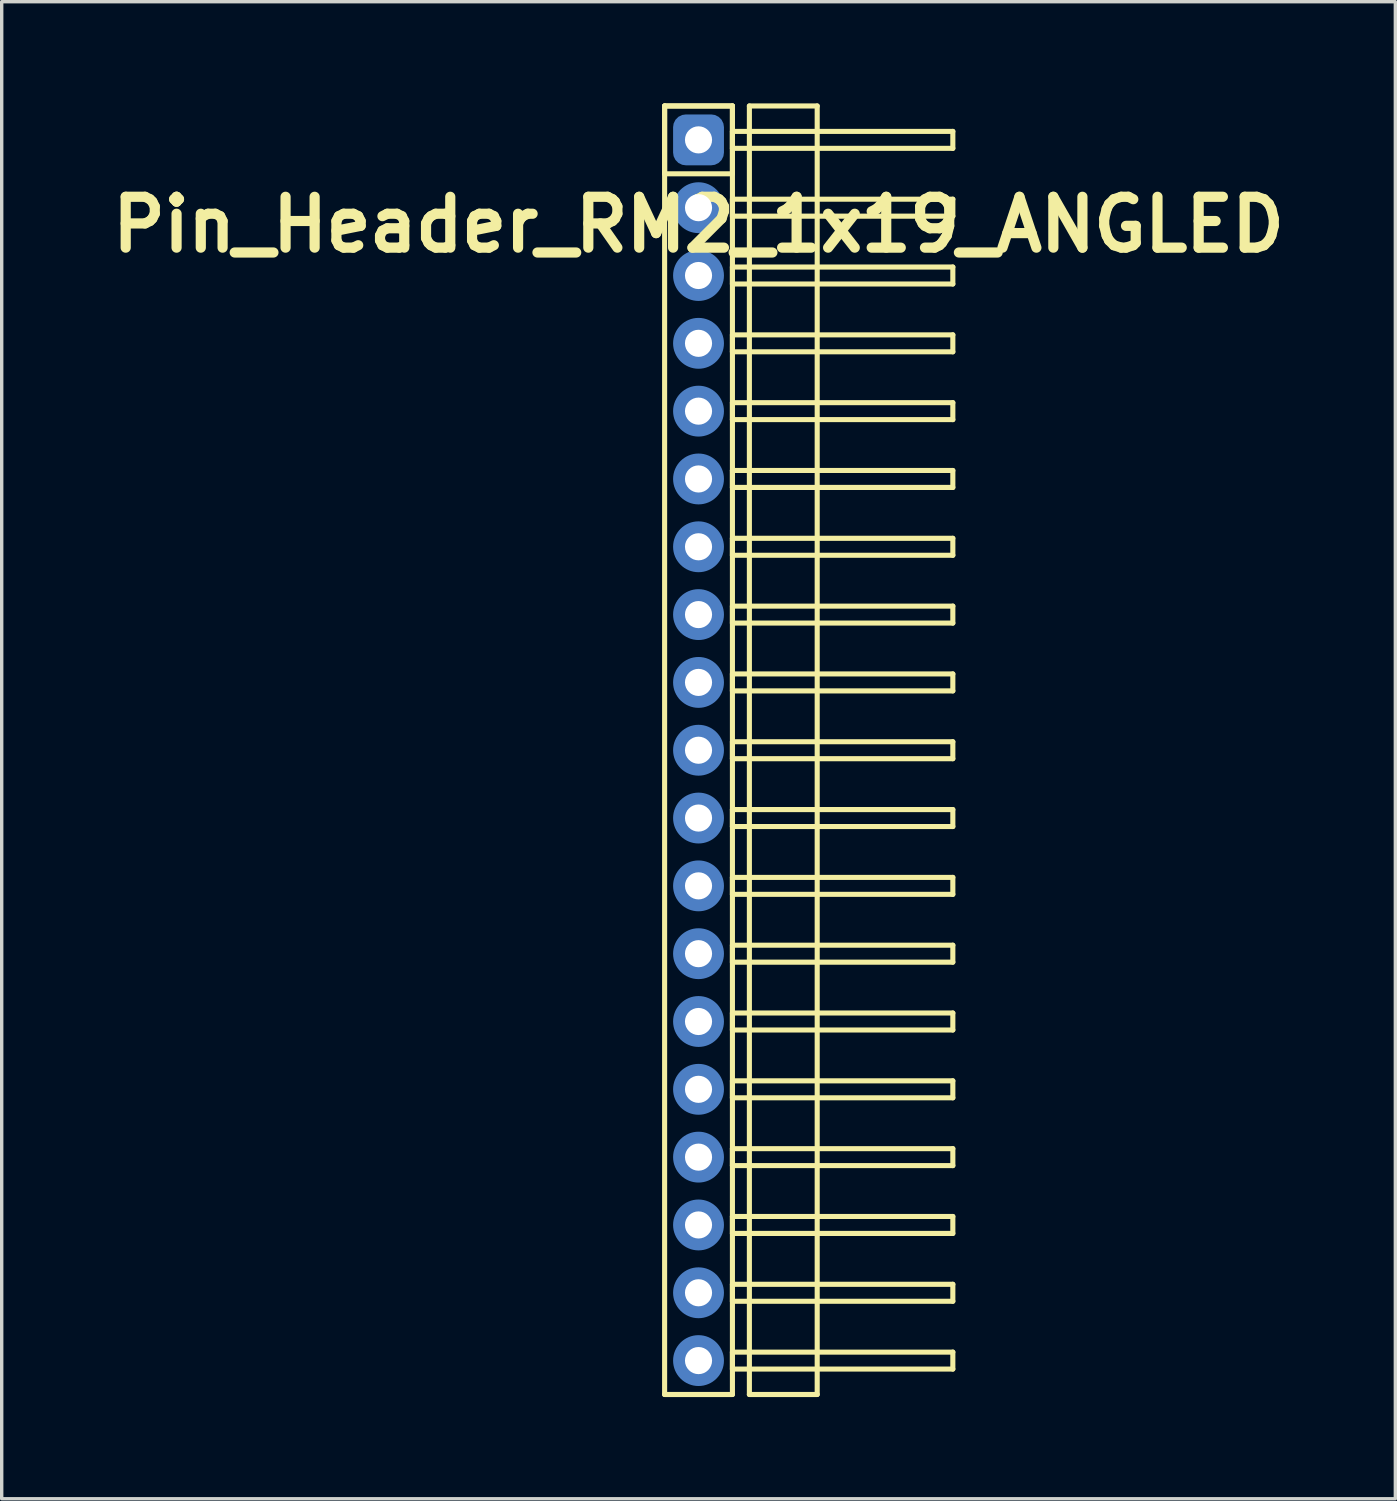
<source format=kicad_pcb>
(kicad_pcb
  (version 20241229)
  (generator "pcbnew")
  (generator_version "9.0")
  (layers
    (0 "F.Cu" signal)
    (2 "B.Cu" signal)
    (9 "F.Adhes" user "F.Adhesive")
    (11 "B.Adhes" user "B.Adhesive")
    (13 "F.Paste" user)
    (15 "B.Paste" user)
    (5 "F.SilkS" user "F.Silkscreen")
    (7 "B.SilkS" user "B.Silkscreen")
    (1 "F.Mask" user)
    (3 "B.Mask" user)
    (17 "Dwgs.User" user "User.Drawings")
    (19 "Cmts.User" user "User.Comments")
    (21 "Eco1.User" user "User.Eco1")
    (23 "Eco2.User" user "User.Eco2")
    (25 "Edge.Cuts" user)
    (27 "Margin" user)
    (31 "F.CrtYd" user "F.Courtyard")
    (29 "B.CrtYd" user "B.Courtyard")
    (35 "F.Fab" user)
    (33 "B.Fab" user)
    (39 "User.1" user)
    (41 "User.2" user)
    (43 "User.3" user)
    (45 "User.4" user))
  (footprint "Pin_Header_RM2_1x19_ANGLED"
    (layer "F.Cu")
    (at 17.55 1.075)
    (property "Reference" "Pin_Header_RM2_1x19_ANGLED" (at 0 2.5 0) (layer "F.SilkS") (effects (font (size 1.5 1.5) (thickness 0.3))))
    (attr through_hole)
    (fp_line (start -1 -1) (end 1 -1) (stroke (width 0.15) (type solid)) (layer "F.SilkS"))
    (fp_line (start -1 -1) (end 1 -1) (stroke (width 0.15) (type solid)) (layer "F.SilkS"))
    (fp_line (start -1 1) (end -1 -1) (stroke (width 0.15) (type solid)) (layer "F.SilkS"))
    (fp_line (start -1 37) (end -1 -1) (stroke (width 0.15) (type solid)) (layer "F.SilkS"))
    (fp_line (start 1 -1) (end 1 1) (stroke (width 0.15) (type solid)) (layer "F.SilkS"))
    (fp_line (start 1 -1) (end 1 37) (stroke (width 0.15) (type solid)) (layer "F.SilkS"))
    (fp_line (start 1 -0.25) (end 7.5 -0.25) (stroke (width 0.15) (type solid)) (layer "F.SilkS"))
    (fp_line (start 1 0.25) (end 1 -0.25) (stroke (width 0.15) (type solid)) (layer "F.SilkS"))
    (fp_line (start 1 1) (end -1 1) (stroke (width 0.15) (type solid)) (layer "F.SilkS"))
    (fp_line (start 1 1.75) (end 7.5 1.75) (stroke (width 0.15) (type solid)) (layer "F.SilkS"))
    (fp_line (start 1 2.25) (end 1 1.75) (stroke (width 0.15) (type solid)) (layer "F.SilkS"))
    (fp_line (start 1 3.75) (end 7.5 3.75) (stroke (width 0.15) (type solid)) (layer "F.SilkS"))
    (fp_line (start 1 4.25) (end 1 3.75) (stroke (width 0.15) (type solid)) (layer "F.SilkS"))
    (fp_line (start 1 5.75) (end 7.5 5.75) (stroke (width 0.15) (type solid)) (layer "F.SilkS"))
    (fp_line (start 1 6.25) (end 1 5.75) (stroke (width 0.15) (type solid)) (layer "F.SilkS"))
    (fp_line (start 1 7.75) (end 7.5 7.75) (stroke (width 0.15) (type solid)) (layer "F.SilkS"))
    (fp_line (start 1 8.25) (end 1 7.75) (stroke (width 0.15) (type solid)) (layer "F.SilkS"))
    (fp_line (start 1 9.75) (end 7.5 9.75) (stroke (width 0.15) (type solid)) (layer "F.SilkS"))
    (fp_line (start 1 10.25) (end 1 9.75) (stroke (width 0.15) (type solid)) (layer "F.SilkS"))
    (fp_line (start 1 11.75) (end 7.5 11.75) (stroke (width 0.15) (type solid)) (layer "F.SilkS"))
    (fp_line (start 1 12.25) (end 1 11.75) (stroke (width 0.15) (type solid)) (layer "F.SilkS"))
    (fp_line (start 1 13.75) (end 7.5 13.75) (stroke (width 0.15) (type solid)) (layer "F.SilkS"))
    (fp_line (start 1 14.25) (end 1 13.75) (stroke (width 0.15) (type solid)) (layer "F.SilkS"))
    (fp_line (start 1 15.75) (end 7.5 15.75) (stroke (width 0.15) (type solid)) (layer "F.SilkS"))
    (fp_line (start 1 16.25) (end 1 15.75) (stroke (width 0.15) (type solid)) (layer "F.SilkS"))
    (fp_line (start 1 17.75) (end 7.5 17.75) (stroke (width 0.15) (type solid)) (layer "F.SilkS"))
    (fp_line (start 1 18.25) (end 1 17.75) (stroke (width 0.15) (type solid)) (layer "F.SilkS"))
    (fp_line (start 1 19.75) (end 7.5 19.75) (stroke (width 0.15) (type solid)) (layer "F.SilkS"))
    (fp_line (start 1 20.25) (end 1 19.75) (stroke (width 0.15) (type solid)) (layer "F.SilkS"))
    (fp_line (start 1 21.75) (end 7.5 21.75) (stroke (width 0.15) (type solid)) (layer "F.SilkS"))
    (fp_line (start 1 22.25) (end 1 21.75) (stroke (width 0.15) (type solid)) (layer "F.SilkS"))
    (fp_line (start 1 23.75) (end 7.5 23.75) (stroke (width 0.15) (type solid)) (layer "F.SilkS"))
    (fp_line (start 1 24.25) (end 1 23.75) (stroke (width 0.15) (type solid)) (layer "F.SilkS"))
    (fp_line (start 1 25.75) (end 7.5 25.75) (stroke (width 0.15) (type solid)) (layer "F.SilkS"))
    (fp_line (start 1 26.25) (end 1 25.75) (stroke (width 0.15) (type solid)) (layer "F.SilkS"))
    (fp_line (start 1 27.75) (end 7.5 27.75) (stroke (width 0.15) (type solid)) (layer "F.SilkS"))
    (fp_line (start 1 28.25) (end 1 27.75) (stroke (width 0.15) (type solid)) (layer "F.SilkS"))
    (fp_line (start 1 29.75) (end 7.5 29.75) (stroke (width 0.15) (type solid)) (layer "F.SilkS"))
    (fp_line (start 1 30.25) (end 1 29.75) (stroke (width 0.15) (type solid)) (layer "F.SilkS"))
    (fp_line (start 1 31.75) (end 7.5 31.75) (stroke (width 0.15) (type solid)) (layer "F.SilkS"))
    (fp_line (start 1 32.25) (end 1 31.75) (stroke (width 0.15) (type solid)) (layer "F.SilkS"))
    (fp_line (start 1 33.75) (end 7.5 33.75) (stroke (width 0.15) (type solid)) (layer "F.SilkS"))
    (fp_line (start 1 34.25) (end 1 33.75) (stroke (width 0.15) (type solid)) (layer "F.SilkS"))
    (fp_line (start 1 35.75) (end 7.5 35.75) (stroke (width 0.15) (type solid)) (layer "F.SilkS"))
    (fp_line (start 1 36.25) (end 1 35.75) (stroke (width 0.15) (type solid)) (layer "F.SilkS"))
    (fp_line (start 1 37) (end -1 37) (stroke (width 0.15) (type solid)) (layer "F.SilkS"))
    (fp_line (start 1.5 -1) (end 3.5 -1) (stroke (width 0.15) (type solid)) (layer "F.SilkS"))
    (fp_line (start 1.5 37) (end 1.5 -1) (stroke (width 0.15) (type solid)) (layer "F.SilkS"))
    (fp_line (start 3.5 -1) (end 3.5 37) (stroke (width 0.15) (type solid)) (layer "F.SilkS"))
    (fp_line (start 3.5 37) (end 1.5 37) (stroke (width 0.15) (type solid)) (layer "F.SilkS"))
    (fp_line (start 7.5 -0.25) (end 7.5 0.25) (stroke (width 0.15) (type solid)) (layer "F.SilkS"))
    (fp_line (start 7.5 0.25) (end 1 0.25) (stroke (width 0.15) (type solid)) (layer "F.SilkS"))
    (fp_line (start 7.5 1.75) (end 7.5 2.25) (stroke (width 0.15) (type solid)) (layer "F.SilkS"))
    (fp_line (start 7.5 2.25) (end 1 2.25) (stroke (width 0.15) (type solid)) (layer "F.SilkS"))
    (fp_line (start 7.5 3.75) (end 7.5 4.25) (stroke (width 0.15) (type solid)) (layer "F.SilkS"))
    (fp_line (start 7.5 4.25) (end 1 4.25) (stroke (width 0.15) (type solid)) (layer "F.SilkS"))
    (fp_line (start 7.5 5.75) (end 7.5 6.25) (stroke (width 0.15) (type solid)) (layer "F.SilkS"))
    (fp_line (start 7.5 6.25) (end 1 6.25) (stroke (width 0.15) (type solid)) (layer "F.SilkS"))
    (fp_line (start 7.5 7.75) (end 7.5 8.25) (stroke (width 0.15) (type solid)) (layer "F.SilkS"))
    (fp_line (start 7.5 8.25) (end 1 8.25) (stroke (width 0.15) (type solid)) (layer "F.SilkS"))
    (fp_line (start 7.5 9.75) (end 7.5 10.25) (stroke (width 0.15) (type solid)) (layer "F.SilkS"))
    (fp_line (start 7.5 10.25) (end 1 10.25) (stroke (width 0.15) (type solid)) (layer "F.SilkS"))
    (fp_line (start 7.5 11.75) (end 7.5 12.25) (stroke (width 0.15) (type solid)) (layer "F.SilkS"))
    (fp_line (start 7.5 12.25) (end 1 12.25) (stroke (width 0.15) (type solid)) (layer "F.SilkS"))
    (fp_line (start 7.5 13.75) (end 7.5 14.25) (stroke (width 0.15) (type solid)) (layer "F.SilkS"))
    (fp_line (start 7.5 14.25) (end 1 14.25) (stroke (width 0.15) (type solid)) (layer "F.SilkS"))
    (fp_line (start 7.5 15.75) (end 7.5 16.25) (stroke (width 0.15) (type solid)) (layer "F.SilkS"))
    (fp_line (start 7.5 16.25) (end 1 16.25) (stroke (width 0.15) (type solid)) (layer "F.SilkS"))
    (fp_line (start 7.5 17.75) (end 7.5 18.25) (stroke (width 0.15) (type solid)) (layer "F.SilkS"))
    (fp_line (start 7.5 18.25) (end 1 18.25) (stroke (width 0.15) (type solid)) (layer "F.SilkS"))
    (fp_line (start 7.5 19.75) (end 7.5 20.25) (stroke (width 0.15) (type solid)) (layer "F.SilkS"))
    (fp_line (start 7.5 20.25) (end 1 20.25) (stroke (width 0.15) (type solid)) (layer "F.SilkS"))
    (fp_line (start 7.5 21.75) (end 7.5 22.25) (stroke (width 0.15) (type solid)) (layer "F.SilkS"))
    (fp_line (start 7.5 22.25) (end 1 22.25) (stroke (width 0.15) (type solid)) (layer "F.SilkS"))
    (fp_line (start 7.5 23.75) (end 7.5 24.25) (stroke (width 0.15) (type solid)) (layer "F.SilkS"))
    (fp_line (start 7.5 24.25) (end 1 24.25) (stroke (width 0.15) (type solid)) (layer "F.SilkS"))
    (fp_line (start 7.5 25.75) (end 7.5 26.25) (stroke (width 0.15) (type solid)) (layer "F.SilkS"))
    (fp_line (start 7.5 26.25) (end 1 26.25) (stroke (width 0.15) (type solid)) (layer "F.SilkS"))
    (fp_line (start 7.5 27.75) (end 7.5 28.25) (stroke (width 0.15) (type solid)) (layer "F.SilkS"))
    (fp_line (start 7.5 28.25) (end 1 28.25) (stroke (width 0.15) (type solid)) (layer "F.SilkS"))
    (fp_line (start 7.5 29.75) (end 7.5 30.25) (stroke (width 0.15) (type solid)) (layer "F.SilkS"))
    (fp_line (start 7.5 30.25) (end 1 30.25) (stroke (width 0.15) (type solid)) (layer "F.SilkS"))
    (fp_line (start 7.5 31.75) (end 7.5 32.25) (stroke (width 0.15) (type solid)) (layer "F.SilkS"))
    (fp_line (start 7.5 32.25) (end 1 32.25) (stroke (width 0.15) (type solid)) (layer "F.SilkS"))
    (fp_line (start 7.5 33.75) (end 7.5 34.25) (stroke (width 0.15) (type solid)) (layer "F.SilkS"))
    (fp_line (start 7.5 34.25) (end 1 34.25) (stroke (width 0.15) (type solid)) (layer "F.SilkS"))
    (fp_line (start 7.5 35.75) (end 7.5 36.25) (stroke (width 0.15) (type solid)) (layer "F.SilkS"))
    (fp_line (start 7.5 36.25) (end 1 36.25) (stroke (width 0.15) (type solid)) (layer "F.SilkS"))
    (pad "1" thru_hole circle (at 0 0) (size 1.1 1.1) (drill 0.8) (layers "*.Cu" "*.Mask"))
    (pad "1" smd roundrect (at 0 0) (size 1.25 1.25) (layers "F.Cu" "F.Mask") (roundrect_rratio 0.25))
    (pad "1" smd roundrect (at 0 0) (size 1.5 1.5) (layers "B.Cu" "B.Mask") (roundrect_rratio 0.25))
    (pad "2" thru_hole circle (at 0 2) (size 1.1 1.1) (drill 0.8) (layers "*.Cu" "*.Mask"))
    (pad "2" smd circle (at 0 2) (size 1.25 1.25) (layers "F.Cu" "F.Mask"))
    (pad "2" smd circle (at 0 2) (size 1.5 1.5) (layers "B.Cu" "B.Mask"))
    (pad "3" thru_hole circle (at 0 4) (size 1.1 1.1) (drill 0.8) (layers "*.Cu" "*.Mask"))
    (pad "3" smd circle (at 0 4) (size 1.25 1.25) (layers "F.Cu" "F.Mask"))
    (pad "3" smd circle (at 0 4) (size 1.5 1.5) (layers "B.Cu" "B.Mask"))
    (pad "4" thru_hole circle (at 0 6) (size 1.1 1.1) (drill 0.8) (layers "*.Cu" "*.Mask"))
    (pad "4" smd circle (at 0 6) (size 1.25 1.25) (layers "F.Cu" "F.Mask"))
    (pad "4" smd circle (at 0 6) (size 1.5 1.5) (layers "B.Cu" "B.Mask"))
    (pad "5" thru_hole circle (at 0 8) (size 1.1 1.1) (drill 0.8) (layers "*.Cu" "*.Mask"))
    (pad "5" smd circle (at 0 8) (size 1.25 1.25) (layers "F.Cu" "F.Mask"))
    (pad "5" smd circle (at 0 8) (size 1.5 1.5) (layers "B.Cu" "B.Mask"))
    (pad "6" thru_hole circle (at 0 10) (size 1.1 1.1) (drill 0.8) (layers "*.Cu" "*.Mask"))
    (pad "6" smd circle (at 0 10) (size 1.25 1.25) (layers "F.Cu" "F.Mask"))
    (pad "6" smd circle (at 0 10) (size 1.5 1.5) (layers "B.Cu" "B.Mask"))
    (pad "7" thru_hole circle (at 0 12) (size 1.1 1.1) (drill 0.8) (layers "*.Cu" "*.Mask"))
    (pad "7" smd circle (at 0 12) (size 1.25 1.25) (layers "F.Cu" "F.Mask"))
    (pad "7" smd circle (at 0 12) (size 1.5 1.5) (layers "B.Cu" "B.Mask"))
    (pad "8" thru_hole circle (at 0 14) (size 1.1 1.1) (drill 0.8) (layers "*.Cu" "*.Mask"))
    (pad "8" smd circle (at 0 14) (size 1.25 1.25) (layers "F.Cu" "F.Mask"))
    (pad "8" smd circle (at 0 14) (size 1.5 1.5) (layers "B.Cu" "B.Mask"))
    (pad "9" thru_hole circle (at 0 16) (size 1.1 1.1) (drill 0.8) (layers "*.Cu" "*.Mask"))
    (pad "9" smd circle (at 0 16) (size 1.25 1.25) (layers "F.Cu" "F.Mask"))
    (pad "9" smd circle (at 0 16) (size 1.5 1.5) (layers "B.Cu" "B.Mask"))
    (pad "10" thru_hole circle (at 0 18) (size 1.1 1.1) (drill 0.8) (layers "*.Cu" "*.Mask"))
    (pad "10" smd circle (at 0 18) (size 1.25 1.25) (layers "F.Cu" "F.Mask"))
    (pad "10" smd circle (at 0 18) (size 1.5 1.5) (layers "B.Cu" "B.Mask"))
    (pad "11" thru_hole circle (at 0 20) (size 1.1 1.1) (drill 0.8) (layers "*.Cu" "*.Mask"))
    (pad "11" smd circle (at 0 20) (size 1.25 1.25) (layers "F.Cu" "F.Mask"))
    (pad "11" smd circle (at 0 20) (size 1.5 1.5) (layers "B.Cu" "B.Mask"))
    (pad "12" thru_hole circle (at 0 22) (size 1.1 1.1) (drill 0.8) (layers "*.Cu" "*.Mask"))
    (pad "12" smd circle (at 0 22) (size 1.25 1.25) (layers "F.Cu" "F.Mask"))
    (pad "12" smd circle (at 0 22) (size 1.5 1.5) (layers "B.Cu" "B.Mask"))
    (pad "13" thru_hole circle (at 0 24) (size 1.1 1.1) (drill 0.8) (layers "*.Cu" "*.Mask"))
    (pad "13" smd circle (at 0 24) (size 1.25 1.25) (layers "F.Cu" "F.Mask"))
    (pad "13" smd circle (at 0 24) (size 1.5 1.5) (layers "B.Cu" "B.Mask"))
    (pad "14" thru_hole circle (at 0 26) (size 1.1 1.1) (drill 0.8) (layers "*.Cu" "*.Mask"))
    (pad "14" smd circle (at 0 26) (size 1.25 1.25) (layers "F.Cu" "F.Mask"))
    (pad "14" smd circle (at 0 26) (size 1.5 1.5) (layers "B.Cu" "B.Mask"))
    (pad "15" thru_hole circle (at 0 28) (size 1.1 1.1) (drill 0.8) (layers "*.Cu" "*.Mask"))
    (pad "15" smd circle (at 0 28) (size 1.25 1.25) (layers "F.Cu" "F.Mask"))
    (pad "15" smd circle (at 0 28) (size 1.5 1.5) (layers "B.Cu" "B.Mask"))
    (pad "16" thru_hole circle (at 0 30) (size 1.1 1.1) (drill 0.8) (layers "*.Cu" "*.Mask"))
    (pad "16" smd circle (at 0 30) (size 1.25 1.25) (layers "F.Cu" "F.Mask"))
    (pad "16" smd circle (at 0 30) (size 1.5 1.5) (layers "B.Cu" "B.Mask"))
    (pad "17" thru_hole circle (at 0 32) (size 1.1 1.1) (drill 0.8) (layers "*.Cu" "*.Mask"))
    (pad "17" smd circle (at 0 32) (size 1.25 1.25) (layers "F.Cu" "F.Mask"))
    (pad "17" smd circle (at 0 32) (size 1.5 1.5) (layers "B.Cu" "B.Mask"))
    (pad "18" thru_hole circle (at 0 34) (size 1.1 1.1) (drill 0.8) (layers "*.Cu" "*.Mask"))
    (pad "18" smd circle (at 0 34) (size 1.25 1.25) (layers "F.Cu" "F.Mask"))
    (pad "18" smd circle (at 0 34) (size 1.5 1.5) (layers "B.Cu" "B.Mask"))
    (pad "19" thru_hole circle (at 0 36) (size 1.1 1.1) (drill 0.8) (layers "*.Cu" "*.Mask"))
    (pad "19" smd circle (at 0 36) (size 1.25 1.25) (layers "F.Cu" "F.Mask"))
    (pad "19" smd circle (at 0 36) (size 1.5 1.5) (layers "B.Cu" "B.Mask")))
  (gr_rect
    (start -3 -3)
    (end 38.1 41.15)
    (stroke (width 0.1) (type default))
    (fill no)
    (layer "Edge.Cuts")))
</source>
